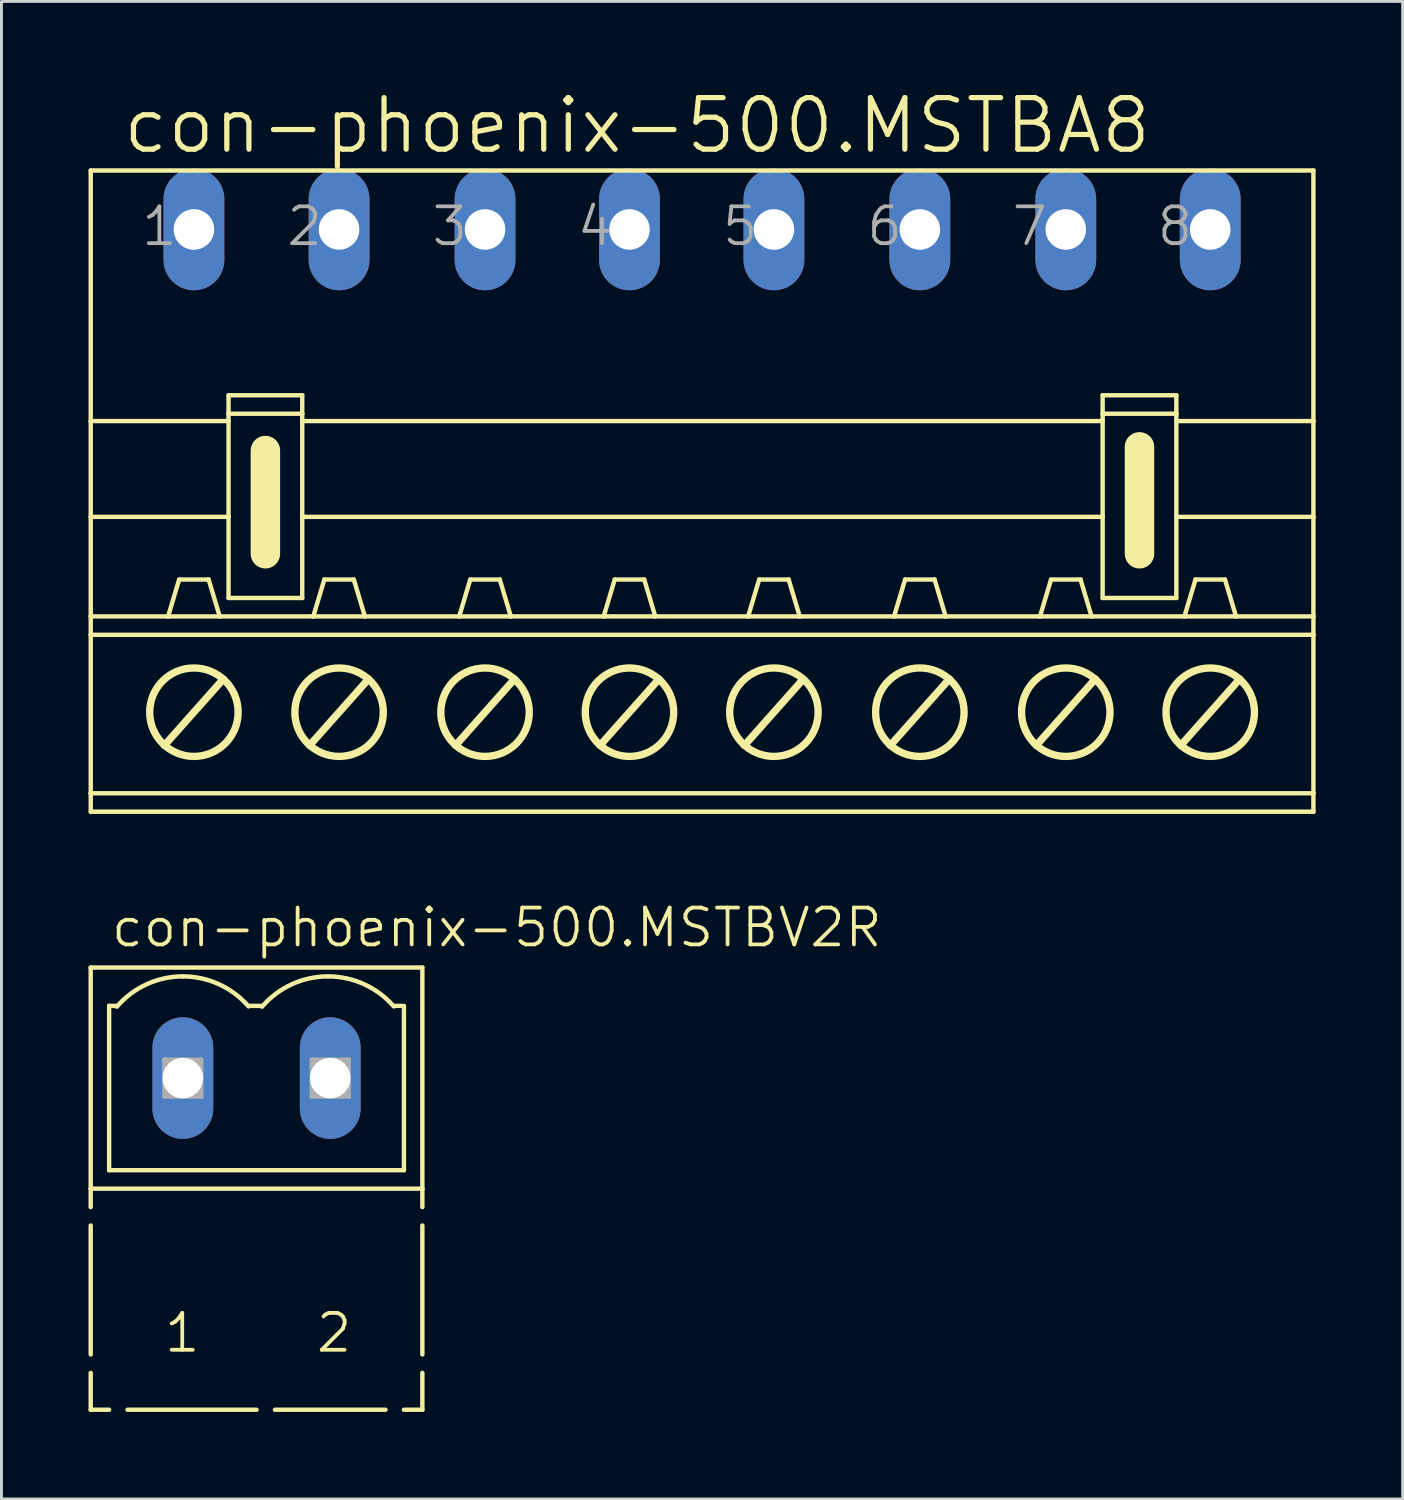
<source format=kicad_pcb>
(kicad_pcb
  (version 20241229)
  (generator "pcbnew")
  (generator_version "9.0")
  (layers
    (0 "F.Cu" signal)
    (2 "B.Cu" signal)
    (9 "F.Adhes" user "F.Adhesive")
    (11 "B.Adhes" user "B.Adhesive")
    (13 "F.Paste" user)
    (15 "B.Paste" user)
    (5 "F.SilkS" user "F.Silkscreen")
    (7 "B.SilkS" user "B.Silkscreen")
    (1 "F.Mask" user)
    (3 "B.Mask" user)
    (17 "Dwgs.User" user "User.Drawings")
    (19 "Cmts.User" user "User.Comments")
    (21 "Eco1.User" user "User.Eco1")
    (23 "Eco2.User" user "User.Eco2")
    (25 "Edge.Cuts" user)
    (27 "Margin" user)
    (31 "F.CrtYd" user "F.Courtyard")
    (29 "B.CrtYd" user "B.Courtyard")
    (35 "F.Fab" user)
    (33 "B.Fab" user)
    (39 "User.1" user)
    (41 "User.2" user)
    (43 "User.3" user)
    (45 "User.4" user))
  (footprint "con-phoenix-500.MSTBV2R"
    (layer "F.Cu")
    (at 5.791 34.105)
    (property "Reference" "con-phoenix-500.MSTBV2R" (at -5.08 -4.445 0) (layer "F.SilkS") (effects (font (size 1.27 1.27) (thickness 0.13)) (justify left bottom)))
    (attr through_hole)
    (fp_line (start -5.715 -3.81) (end -5.715 3.81) (stroke (width 0.152) (type default)) (layer "F.SilkS"))
    (fp_line (start -5.715 4.445) (end -5.715 3.81) (stroke (width 0.152) (type default)) (layer "F.SilkS"))
    (fp_line (start -5.715 9.525) (end -5.715 5.08) (stroke (width 0.152) (type default)) (layer "F.SilkS"))
    (fp_line (start -5.715 11.43) (end -5.715 10.16) (stroke (width 0.152) (type default)) (layer "F.SilkS"))
    (fp_line (start -5.08 3.175) (end -5.08 -2.489) (stroke (width 0.152) (type default)) (layer "F.SilkS"))
    (fp_line (start -5.08 11.43) (end -5.715 11.43) (stroke (width 0.152) (type default)) (layer "F.SilkS"))
    (fp_line (start -4.826 -2.489) (end -5.08 -2.489) (stroke (width 0.152) (type default)) (layer "F.SilkS"))
    (fp_line (start 0 11.43) (end -4.445 11.43) (stroke (width 0.152) (type default)) (layer "F.SilkS"))
    (fp_line (start 0.178 -2.489) (end -0.254 -2.489) (stroke (width 0.152) (type default)) (layer "F.SilkS"))
    (fp_line (start 4.445 11.43) (end 0.635 11.43) (stroke (width 0.152) (type default)) (layer "F.SilkS"))
    (fp_line (start 5.004 -2.489) (end 4.75 -2.489) (stroke (width 0.152) (type default)) (layer "F.SilkS"))
    (fp_line (start 5.08 -2.489) (end 5.08 3.175) (stroke (width 0.152) (type default)) (layer "F.SilkS"))
    (fp_line (start 5.08 3.175) (end -5.08 3.175) (stroke (width 0.152) (type default)) (layer "F.SilkS"))
    (fp_line (start 5.715 -3.81) (end -5.715 -3.81) (stroke (width 0.152) (type default)) (layer "F.SilkS"))
    (fp_line (start 5.715 3.81) (end -5.715 3.81) (stroke (width 0.152) (type default)) (layer "F.SilkS"))
    (fp_line (start 5.715 3.81) (end 5.715 -3.81) (stroke (width 0.152) (type default)) (layer "F.SilkS"))
    (fp_line (start 5.715 4.445) (end 5.715 3.81) (stroke (width 0.152) (type default)) (layer "F.SilkS"))
    (fp_line (start 5.715 9.525) (end 5.715 5.08) (stroke (width 0.152) (type default)) (layer "F.SilkS"))
    (fp_line (start 5.715 11.43) (end 5.08 11.43) (stroke (width 0.152) (type default)) (layer "F.SilkS"))
    (fp_line (start 5.715 11.43) (end 5.715 10.16) (stroke (width 0.152) (type default)) (layer "F.SilkS"))
    (fp_arc (start -4.8138 -2.4608) (mid -3.79111 -3.231677) (end -2.54 -3.5053) (stroke (width 0.1524) (type default)) (layer "F.SilkS"))
    (fp_arc (start -2.54 -3.5052) (mid -1.295023 -3.234436) (end -0.275 -2.471) (stroke (width 0.1524) (type default)) (layer "F.SilkS"))
    (fp_arc (start 0.19 -2.4608) (mid 1.212699 -3.231631) (end 2.4638 -3.5052) (stroke (width 0.1524) (type default)) (layer "F.SilkS"))
    (fp_arc (start 2.4638 -3.5052) (mid 3.708777 -3.234436) (end 4.7288 -2.471) (stroke (width 0.1524) (type default)) (layer "F.SilkS"))
    (fp_line (start -3.175 -0.635) (end -3.175 0.635) (stroke (width 0.152) (type default)) (layer "F.Fab"))
    (fp_line (start -3.175 0.635) (end -1.905 0.635) (stroke (width 0.152) (type default)) (layer "F.Fab"))
    (fp_line (start -1.905 -0.635) (end -3.175 -0.635) (stroke (width 0.152) (type default)) (layer "F.Fab"))
    (fp_line (start -1.905 -0.635) (end -3.175 0.635) (stroke (width 0.152) (type default)) (layer "F.Fab"))
    (fp_line (start -1.905 0.635) (end -3.175 -0.635) (stroke (width 0.152) (type default)) (layer "F.Fab"))
    (fp_line (start -1.905 0.635) (end -1.905 -0.635) (stroke (width 0.152) (type default)) (layer "F.Fab"))
    (fp_line (start 1.905 -0.635) (end 1.905 0.635) (stroke (width 0.152) (type default)) (layer "F.Fab"))
    (fp_line (start 1.905 0.635) (end 3.175 0.635) (stroke (width 0.152) (type default)) (layer "F.Fab"))
    (fp_line (start 3.175 -0.635) (end 1.905 -0.635) (stroke (width 0.152) (type default)) (layer "F.Fab"))
    (fp_line (start 3.175 -0.635) (end 1.905 0.635) (stroke (width 0.152) (type default)) (layer "F.Fab"))
    (fp_line (start 3.175 0.635) (end 1.905 -0.635) (stroke (width 0.152) (type default)) (layer "F.Fab"))
    (fp_line (start 3.175 0.635) (end 3.175 -0.635) (stroke (width 0.152) (type default)) (layer "F.Fab"))
    (fp_text user "1" (at -3.251 9.525 0) (layer "F.SilkS") (effects (font (size 1.27 1.27) (thickness 0.13)) (justify left bottom)))
    (fp_text user "2" (at 1.981 9.525 0) (layer "F.SilkS") (effects (font (size 1.27 1.27) (thickness 0.13)) (justify left bottom)))
    (pad "1" thru_hole oval (at -2.54 0 90) (size 4.191 2.095) (drill 1.397) (layers "*.Cu" "*.Mask"))
    (pad "2" thru_hole oval (at 2.54 0 90) (size 4.191 2.095) (drill 1.397) (layers "*.Cu" "*.Mask")))
  (footprint "con-phoenix-500.MSTBA8"
    (layer "F.Cu")
    (at 21.095 12.478)
    (property "Reference" "con-phoenix-500.MSTBA8" (at -20.003 -10.16 0) (layer "F.SilkS") (effects (font (size 1.778 1.778) (thickness 0.18)) (justify left bottom)))
    (attr through_hole)
    (fp_line (start -21.018 -9.652) (end -21.018 -1.016) (stroke (width 0.152) (type default)) (layer "F.SilkS"))
    (fp_line (start -21.018 -9.652) (end 21.12 -9.652) (stroke (width 0.152) (type default)) (layer "F.SilkS"))
    (fp_line (start -21.018 -1.016) (end -21.018 2.286) (stroke (width 0.152) (type default)) (layer "F.SilkS"))
    (fp_line (start -21.018 -1.016) (end -16.269 -1.016) (stroke (width 0.152) (type default)) (layer "F.SilkS"))
    (fp_line (start -21.018 2.286) (end -21.018 5.715) (stroke (width 0.152) (type default)) (layer "F.SilkS"))
    (fp_line (start -21.018 2.286) (end -16.269 2.286) (stroke (width 0.152) (type default)) (layer "F.SilkS"))
    (fp_line (start -21.018 5.715) (end -21.018 6.35) (stroke (width 0.152) (type default)) (layer "F.SilkS"))
    (fp_line (start -21.018 5.715) (end -18.352 5.715) (stroke (width 0.152) (type default)) (layer "F.SilkS"))
    (fp_line (start -21.018 6.35) (end -21.018 11.811) (stroke (width 0.152) (type default)) (layer "F.SilkS"))
    (fp_line (start -21.018 6.35) (end 21.12 6.35) (stroke (width 0.152) (type default)) (layer "F.SilkS"))
    (fp_line (start -21.018 11.811) (end -21.018 12.446) (stroke (width 0.152) (type default)) (layer "F.SilkS"))
    (fp_line (start -21.018 11.811) (end 21.12 11.811) (stroke (width 0.152) (type default)) (layer "F.SilkS"))
    (fp_line (start -21.018 12.446) (end 21.12 12.446) (stroke (width 0.152) (type default)) (layer "F.SilkS"))
    (fp_line (start -18.479 10.16) (end -16.447 7.874) (stroke (width 0.254) (type default)) (layer "F.SilkS"))
    (fp_line (start -18.352 5.715) (end -17.971 4.445) (stroke (width 0.152) (type default)) (layer "F.SilkS"))
    (fp_line (start -18.352 5.715) (end -16.573 5.715) (stroke (width 0.152) (type default)) (layer "F.SilkS"))
    (fp_line (start -16.954 4.445) (end -17.971 4.445) (stroke (width 0.152) (type default)) (layer "F.SilkS"))
    (fp_line (start -16.573 5.715) (end -16.954 4.445) (stroke (width 0.152) (type default)) (layer "F.SilkS"))
    (fp_line (start -16.573 5.715) (end -13.348 5.715) (stroke (width 0.152) (type default)) (layer "F.SilkS"))
    (fp_line (start -16.269 -1.905) (end -13.729 -1.905) (stroke (width 0.152) (type default)) (layer "F.SilkS"))
    (fp_line (start -16.269 -1.27) (end -16.269 -1.905) (stroke (width 0.152) (type default)) (layer "F.SilkS"))
    (fp_line (start -16.269 -1.27) (end -13.729 -1.27) (stroke (width 0.152) (type default)) (layer "F.SilkS"))
    (fp_line (start -16.269 -1.016) (end -16.269 -1.27) (stroke (width 0.152) (type default)) (layer "F.SilkS"))
    (fp_line (start -16.269 2.286) (end -16.269 -1.016) (stroke (width 0.152) (type default)) (layer "F.SilkS"))
    (fp_line (start -16.269 2.286) (end -16.269 5.08) (stroke (width 0.152) (type default)) (layer "F.SilkS"))
    (fp_line (start -14.999 0) (end -14.999 3.556) (stroke (width 1.016) (type default)) (layer "F.SilkS"))
    (fp_line (start -13.729 -1.905) (end -13.729 -1.27) (stroke (width 0.152) (type default)) (layer "F.SilkS"))
    (fp_line (start -13.729 -1.27) (end -13.729 -1.016) (stroke (width 0.152) (type default)) (layer "F.SilkS"))
    (fp_line (start -13.729 -1.016) (end -13.729 2.286) (stroke (width 0.152) (type default)) (layer "F.SilkS"))
    (fp_line (start -13.729 -1.016) (end 13.856 -1.016) (stroke (width 0.152) (type default)) (layer "F.SilkS"))
    (fp_line (start -13.729 2.286) (end -13.729 5.08) (stroke (width 0.152) (type default)) (layer "F.SilkS"))
    (fp_line (start -13.729 2.286) (end 13.856 2.286) (stroke (width 0.152) (type default)) (layer "F.SilkS"))
    (fp_line (start -13.729 5.08) (end -16.269 5.08) (stroke (width 0.152) (type default)) (layer "F.SilkS"))
    (fp_line (start -13.475 10.16) (end -11.443 7.874) (stroke (width 0.254) (type default)) (layer "F.SilkS"))
    (fp_line (start -13.348 5.715) (end -12.967 4.445) (stroke (width 0.152) (type default)) (layer "F.SilkS"))
    (fp_line (start -13.348 5.715) (end -11.57 5.715) (stroke (width 0.152) (type default)) (layer "F.SilkS"))
    (fp_line (start -12.967 4.445) (end -11.951 4.445) (stroke (width 0.152) (type default)) (layer "F.SilkS"))
    (fp_line (start -11.57 5.715) (end -11.951 4.445) (stroke (width 0.152) (type default)) (layer "F.SilkS"))
    (fp_line (start -11.57 5.715) (end -8.319 5.715) (stroke (width 0.152) (type default)) (layer "F.SilkS"))
    (fp_line (start -8.445 10.16) (end -6.413 7.874) (stroke (width 0.254) (type default)) (layer "F.SilkS"))
    (fp_line (start -8.319 5.715) (end -7.938 4.445) (stroke (width 0.152) (type default)) (layer "F.SilkS"))
    (fp_line (start -8.319 5.715) (end -6.54 5.715) (stroke (width 0.152) (type default)) (layer "F.SilkS"))
    (fp_line (start -7.938 4.445) (end -6.921 4.445) (stroke (width 0.152) (type default)) (layer "F.SilkS"))
    (fp_line (start -6.54 5.715) (end -6.921 4.445) (stroke (width 0.152) (type default)) (layer "F.SilkS"))
    (fp_line (start -6.54 5.715) (end -3.34 5.715) (stroke (width 0.152) (type default)) (layer "F.SilkS"))
    (fp_line (start -3.467 10.16) (end -1.435 7.874) (stroke (width 0.254) (type default)) (layer "F.SilkS"))
    (fp_line (start -3.34 5.715) (end -2.959 4.445) (stroke (width 0.152) (type default)) (layer "F.SilkS"))
    (fp_line (start -3.34 5.715) (end -1.562 5.715) (stroke (width 0.152) (type default)) (layer "F.SilkS"))
    (fp_line (start -2.959 4.445) (end -1.943 4.445) (stroke (width 0.152) (type default)) (layer "F.SilkS"))
    (fp_line (start -1.562 5.715) (end -1.943 4.445) (stroke (width 0.152) (type default)) (layer "F.SilkS"))
    (fp_line (start -1.562 5.715) (end 1.638 5.715) (stroke (width 0.152) (type default)) (layer "F.SilkS"))
    (fp_line (start 1.511 10.16) (end 3.543 7.874) (stroke (width 0.254) (type default)) (layer "F.SilkS"))
    (fp_line (start 1.638 5.715) (end 2.019 4.445) (stroke (width 0.152) (type default)) (layer "F.SilkS"))
    (fp_line (start 1.638 5.715) (end 3.416 5.715) (stroke (width 0.152) (type default)) (layer "F.SilkS"))
    (fp_line (start 2.019 4.445) (end 3.035 4.445) (stroke (width 0.152) (type default)) (layer "F.SilkS"))
    (fp_line (start 3.416 5.715) (end 3.035 4.445) (stroke (width 0.152) (type default)) (layer "F.SilkS"))
    (fp_line (start 3.416 5.715) (end 6.668 5.715) (stroke (width 0.152) (type default)) (layer "F.SilkS"))
    (fp_line (start 6.54 10.16) (end 8.572 7.874) (stroke (width 0.254) (type default)) (layer "F.SilkS"))
    (fp_line (start 6.668 5.715) (end 7.048 4.445) (stroke (width 0.152) (type default)) (layer "F.SilkS"))
    (fp_line (start 6.668 5.715) (end 8.445 5.715) (stroke (width 0.152) (type default)) (layer "F.SilkS"))
    (fp_line (start 7.048 4.445) (end 8.065 4.445) (stroke (width 0.152) (type default)) (layer "F.SilkS"))
    (fp_line (start 8.445 5.715) (end 8.065 4.445) (stroke (width 0.152) (type default)) (layer "F.SilkS"))
    (fp_line (start 8.445 5.715) (end 11.697 5.715) (stroke (width 0.152) (type default)) (layer "F.SilkS"))
    (fp_line (start 11.57 10.16) (end 13.602 7.874) (stroke (width 0.254) (type default)) (layer "F.SilkS"))
    (fp_line (start 11.697 5.715) (end 12.078 4.445) (stroke (width 0.152) (type default)) (layer "F.SilkS"))
    (fp_line (start 11.697 5.715) (end 13.475 5.715) (stroke (width 0.152) (type default)) (layer "F.SilkS"))
    (fp_line (start 12.078 4.445) (end 13.094 4.445) (stroke (width 0.152) (type default)) (layer "F.SilkS"))
    (fp_line (start 13.475 5.715) (end 13.094 4.445) (stroke (width 0.152) (type default)) (layer "F.SilkS"))
    (fp_line (start 13.475 5.715) (end 16.675 5.715) (stroke (width 0.152) (type default)) (layer "F.SilkS"))
    (fp_line (start 13.856 -1.905) (end 16.396 -1.905) (stroke (width 0.152) (type default)) (layer "F.SilkS"))
    (fp_line (start 13.856 -1.27) (end 13.856 -1.905) (stroke (width 0.152) (type default)) (layer "F.SilkS"))
    (fp_line (start 13.856 -1.27) (end 16.396 -1.27) (stroke (width 0.152) (type default)) (layer "F.SilkS"))
    (fp_line (start 13.856 -1.016) (end 13.856 -1.27) (stroke (width 0.152) (type default)) (layer "F.SilkS"))
    (fp_line (start 13.856 2.286) (end 13.856 -1.016) (stroke (width 0.152) (type default)) (layer "F.SilkS"))
    (fp_line (start 13.856 2.286) (end 13.856 5.08) (stroke (width 0.152) (type default)) (layer "F.SilkS"))
    (fp_line (start 15.126 -0.127) (end 15.126 3.556) (stroke (width 1.016) (type default)) (layer "F.SilkS"))
    (fp_line (start 16.396 -1.905) (end 16.396 -1.27) (stroke (width 0.152) (type default)) (layer "F.SilkS"))
    (fp_line (start 16.396 -1.27) (end 16.396 -1.016) (stroke (width 0.152) (type default)) (layer "F.SilkS"))
    (fp_line (start 16.396 -1.016) (end 16.396 2.286) (stroke (width 0.152) (type default)) (layer "F.SilkS"))
    (fp_line (start 16.396 -1.016) (end 21.12 -1.016) (stroke (width 0.152) (type default)) (layer "F.SilkS"))
    (fp_line (start 16.396 2.286) (end 16.396 5.08) (stroke (width 0.152) (type default)) (layer "F.SilkS"))
    (fp_line (start 16.396 2.286) (end 21.12 2.286) (stroke (width 0.152) (type default)) (layer "F.SilkS"))
    (fp_line (start 16.396 5.08) (end 13.856 5.08) (stroke (width 0.152) (type default)) (layer "F.SilkS"))
    (fp_line (start 16.548 10.16) (end 18.58 7.874) (stroke (width 0.254) (type default)) (layer "F.SilkS"))
    (fp_line (start 16.675 5.715) (end 17.056 4.445) (stroke (width 0.152) (type default)) (layer "F.SilkS"))
    (fp_line (start 16.675 5.715) (end 18.453 5.715) (stroke (width 0.152) (type default)) (layer "F.SilkS"))
    (fp_line (start 17.056 4.445) (end 18.072 4.445) (stroke (width 0.152) (type default)) (layer "F.SilkS"))
    (fp_line (start 18.453 5.715) (end 18.072 4.445) (stroke (width 0.152) (type default)) (layer "F.SilkS"))
    (fp_line (start 18.453 5.715) (end 21.12 5.715) (stroke (width 0.152) (type default)) (layer "F.SilkS"))
    (fp_line (start 21.12 -9.652) (end 21.12 -1.016) (stroke (width 0.152) (type default)) (layer "F.SilkS"))
    (fp_line (start 21.12 -1.016) (end 21.12 2.286) (stroke (width 0.152) (type default)) (layer "F.SilkS"))
    (fp_line (start 21.12 2.286) (end 21.12 5.715) (stroke (width 0.152) (type default)) (layer "F.SilkS"))
    (fp_line (start 21.12 5.715) (end 21.12 6.35) (stroke (width 0.152) (type default)) (layer "F.SilkS"))
    (fp_line (start 21.12 6.35) (end 21.12 11.811) (stroke (width 0.152) (type default)) (layer "F.SilkS"))
    (fp_line (start 21.12 11.811) (end 21.12 12.446) (stroke (width 0.152) (type default)) (layer "F.SilkS"))
    (fp_circle (center -17.462 9.017) (end -15.938 9.017) (stroke (width 0.254) (type default)) (fill no) (layer "F.SilkS"))
    (fp_circle (center -12.459 9.017) (end -10.935 9.017) (stroke (width 0.254) (type default)) (fill no) (layer "F.SilkS"))
    (fp_circle (center -7.429 9.017) (end -5.905 9.017) (stroke (width 0.254) (type default)) (fill no) (layer "F.SilkS"))
    (fp_circle (center -2.451 9.017) (end -0.927 9.017) (stroke (width 0.254) (type default)) (fill no) (layer "F.SilkS"))
    (fp_circle (center 2.527 9.017) (end 4.051 9.017) (stroke (width 0.254) (type default)) (fill no) (layer "F.SilkS"))
    (fp_circle (center 7.556 9.017) (end 9.081 9.017) (stroke (width 0.254) (type default)) (fill no) (layer "F.SilkS"))
    (fp_circle (center 12.586 9.017) (end 14.11 9.017) (stroke (width 0.254) (type default)) (fill no) (layer "F.SilkS"))
    (fp_circle (center 17.564 9.017) (end 19.088 9.017) (stroke (width 0.254) (type default)) (fill no) (layer "F.SilkS"))
    (fp_text user "1" (at -19.342 -6.985 0) (layer "F.Fab") (effects (font (size 1.27 1.27) (thickness 0.13)) (justify left bottom)))
    (fp_text user "5" (at 0.673 -6.985 0) (layer "F.Fab") (effects (font (size 1.27 1.27) (thickness 0.13)) (justify left bottom)))
    (fp_text user "6" (at 5.652 -6.985 0) (layer "F.Fab") (effects (font (size 1.27 1.27) (thickness 0.13)) (justify left bottom)))
    (fp_text user "4" (at -4.331 -6.985 0) (layer "F.Fab") (effects (font (size 1.27 1.27) (thickness 0.13)) (justify left bottom)))
    (fp_text user "7" (at 10.655 -6.985 0) (layer "F.Fab") (effects (font (size 1.27 1.27) (thickness 0.13)) (justify left bottom)))
    (fp_text user "3" (at -9.335 -6.985 0) (layer "F.Fab") (effects (font (size 1.27 1.27) (thickness 0.13)) (justify left bottom)))
    (fp_text user "8" (at 15.659 -6.985 0) (layer "F.Fab") (effects (font (size 1.27 1.27) (thickness 0.13)) (justify left bottom)))
    (fp_text user "2" (at -14.338 -6.985 0) (layer "F.Fab") (effects (font (size 1.27 1.27) (thickness 0.13)) (justify left bottom)))
    (pad "1" thru_hole oval (at -17.462 -7.62 90) (size 4.191 2.095) (drill 1.397) (layers "*.Cu" "*.Mask"))
    (pad "2" thru_hole oval (at -12.459 -7.62 90) (size 4.191 2.095) (drill 1.397) (layers "*.Cu" "*.Mask"))
    (pad "3" thru_hole oval (at -7.429 -7.62 90) (size 4.191 2.095) (drill 1.397) (layers "*.Cu" "*.Mask"))
    (pad "4" thru_hole oval (at -2.451 -7.62 90) (size 4.191 2.095) (drill 1.397) (layers "*.Cu" "*.Mask"))
    (pad "5" thru_hole oval (at 2.527 -7.62 90) (size 4.191 2.095) (drill 1.397) (layers "*.Cu" "*.Mask"))
    (pad "6" thru_hole oval (at 7.556 -7.62 90) (size 4.191 2.095) (drill 1.397) (layers "*.Cu" "*.Mask"))
    (pad "7" thru_hole oval (at 12.586 -7.62 90) (size 4.191 2.095) (drill 1.397) (layers "*.Cu" "*.Mask"))
    (pad "8" thru_hole oval (at 17.564 -7.62 90) (size 4.191 2.095) (drill 1.397) (layers "*.Cu" "*.Mask")))
  (gr_rect
    (start -3 -3)
    (end 45.291 48.611)
    (stroke (width 0.1) (type default))
    (fill no)
    (layer "Edge.Cuts")))
</source>
